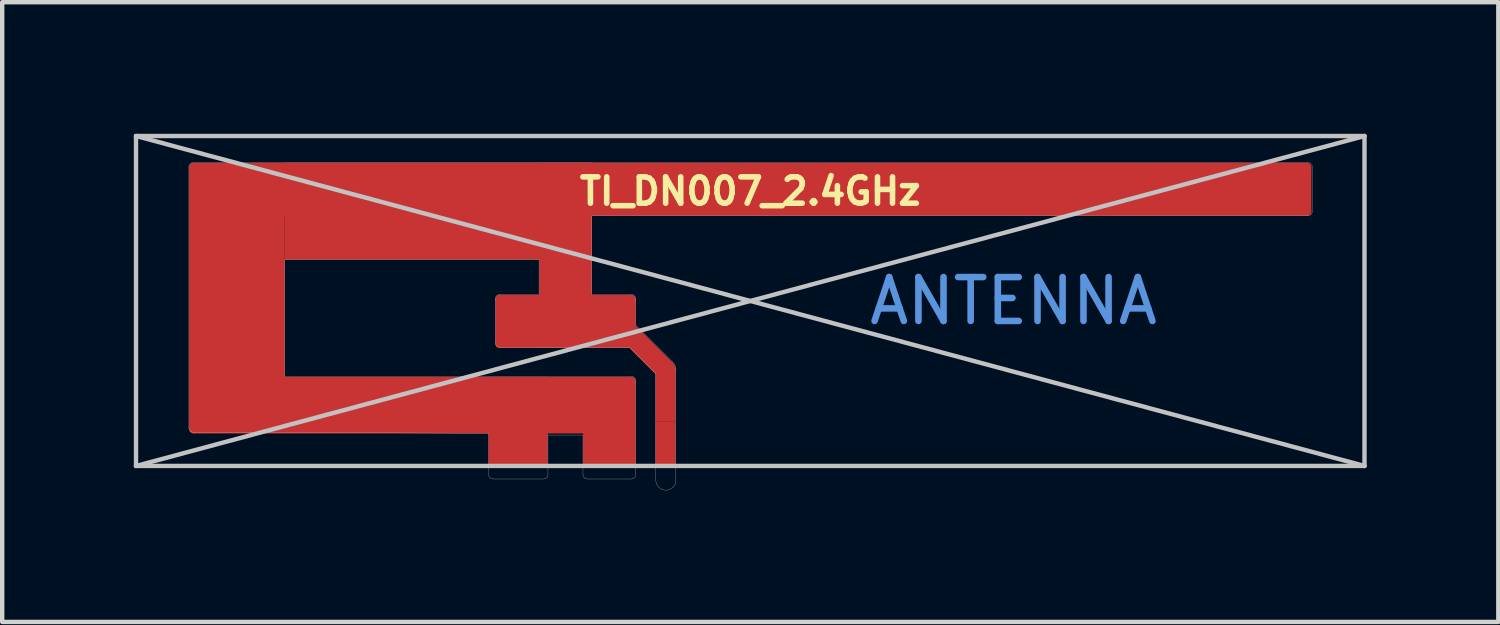
<source format=kicad_pcb>
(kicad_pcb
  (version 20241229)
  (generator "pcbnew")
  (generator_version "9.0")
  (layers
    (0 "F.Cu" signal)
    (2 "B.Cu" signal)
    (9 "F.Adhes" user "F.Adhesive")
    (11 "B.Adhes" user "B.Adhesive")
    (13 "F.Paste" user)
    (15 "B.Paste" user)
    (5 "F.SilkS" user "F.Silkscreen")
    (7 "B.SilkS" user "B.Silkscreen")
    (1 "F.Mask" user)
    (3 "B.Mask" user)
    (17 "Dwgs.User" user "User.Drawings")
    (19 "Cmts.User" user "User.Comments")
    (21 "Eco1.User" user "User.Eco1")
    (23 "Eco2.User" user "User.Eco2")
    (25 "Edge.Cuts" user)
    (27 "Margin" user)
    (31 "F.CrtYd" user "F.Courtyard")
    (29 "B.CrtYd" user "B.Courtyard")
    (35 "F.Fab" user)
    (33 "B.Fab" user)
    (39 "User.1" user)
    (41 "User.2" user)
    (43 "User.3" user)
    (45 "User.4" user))
  (footprint "TI_DN007_2.4GHz"
    (layer "F.Cu")
    (at 14.05 3.81)
    (property "Reference" "TI_DN007_2.4GHz" (at 0 -2.5 0) (layer "F.SilkS") (effects (font (size 0.6 0.6) (thickness 0.127))))
    (attr exclude_from_pos_files exclude_from_bom)
    (fp_rect (start -2.16 1.54) (end -1.7 2.74) (stroke (width 0) (type solid)) (fill yes) (layer "F.Cu"))
    (fp_line (start -14 -3.76) (end -14 3.76) (stroke (width 0.1) (type solid)) (layer "Dwgs.User"))
    (fp_line (start -14 -3.76) (end 14 3.76) (stroke (width 0.1) (type solid)) (layer "Dwgs.User"))
    (fp_line (start -14 3.76) (end 14 3.76) (stroke (width 0.1) (type solid)) (layer "Dwgs.User"))
    (fp_line (start -12.795 -3.055) (end -12.793 -3.075) (stroke (width 0.006) (type solid)) (layer "Dwgs.User"))
    (fp_line (start -12.795 2.888) (end -12.794 2.883) (stroke (width 0.006) (type solid)) (layer "Dwgs.User"))
    (fp_line (start -12.794 -3.05) (end -12.795 -3.055) (stroke (width 0.006) (type solid)) (layer "Dwgs.User"))
    (fp_line (start -12.794 2.883) (end -12.794 -3.05) (stroke (width 0.006) (type solid)) (layer "Dwgs.User"))
    (fp_line (start -12.793 -3.075) (end -12.787 -3.094) (stroke (width 0.006) (type solid)) (layer "Dwgs.User"))
    (fp_line (start -12.793 2.908) (end -12.795 2.888) (stroke (width 0.006) (type solid)) (layer "Dwgs.User"))
    (fp_line (start -12.787 -3.094) (end -12.778 -3.112) (stroke (width 0.006) (type solid)) (layer "Dwgs.User"))
    (fp_line (start -12.787 2.928) (end -12.793 2.908) (stroke (width 0.006) (type solid)) (layer "Dwgs.User"))
    (fp_line (start -12.778 -3.112) (end -12.765 -3.127) (stroke (width 0.006) (type solid)) (layer "Dwgs.User"))
    (fp_line (start -12.778 2.945) (end -12.787 2.928) (stroke (width 0.006) (type solid)) (layer "Dwgs.User"))
    (fp_line (start -12.765 2.96) (end -12.778 2.945) (stroke (width 0.006) (type solid)) (layer "Dwgs.User"))
    (fp_line (start -12.765 -3.127) (end -12.749 -3.14) (stroke (width 0.006) (type solid)) (layer "Dwgs.User"))
    (fp_line (start -12.765 2.961) (end -12.765 2.96) (stroke (width 0.006) (type solid)) (layer "Dwgs.User"))
    (fp_line (start -12.749 -3.14) (end -12.732 -3.149) (stroke (width 0.006) (type solid)) (layer "Dwgs.User"))
    (fp_line (start -12.749 2.973) (end -12.765 2.961) (stroke (width 0.006) (type solid)) (layer "Dwgs.User"))
    (fp_line (start -12.732 -3.149) (end -12.713 -3.155) (stroke (width 0.006) (type solid)) (layer "Dwgs.User"))
    (fp_line (start -12.732 2.983) (end -12.749 2.973) (stroke (width 0.006) (type solid)) (layer "Dwgs.User"))
    (fp_line (start -12.713 -3.155) (end -12.698 -3.157) (stroke (width 0.006) (type solid)) (layer "Dwgs.User"))
    (fp_line (start -12.713 2.988) (end -12.732 2.983) (stroke (width 0.006) (type solid)) (layer "Dwgs.User"))
    (fp_line (start -12.698 -3.157) (end -12.693 -3.157) (stroke (width 0.006) (type solid)) (layer "Dwgs.User"))
    (fp_line (start -12.693 -3.157) (end -12.688 -3.157) (stroke (width 0.006) (type solid)) (layer "Dwgs.User"))
    (fp_line (start -12.693 2.991) (end -12.713 2.988) (stroke (width 0.006) (type solid)) (layer "Dwgs.User"))
    (fp_line (start -12.688 -3.157) (end 12.702 -3.157) (stroke (width 0.006) (type solid)) (layer "Dwgs.User"))
    (fp_line (start -12.688 2.99) (end -12.693 2.991) (stroke (width 0.006) (type solid)) (layer "Dwgs.User"))
    (fp_line (start -12.16 2.99) (end -12.688 2.99) (stroke (width 0.006) (type solid)) (layer "Dwgs.User"))
    (fp_line (start -10.61 -0.944) (end -10.61 1.72) (stroke (width 0.006) (type solid)) (layer "Dwgs.User"))
    (fp_line (start -10.61 1.72) (end -2.716 1.72) (stroke (width 0.006) (type solid)) (layer "Dwgs.User"))
    (fp_line (start -5.962 3.955) (end -5.962 3.95) (stroke (width 0.006) (type solid)) (layer "Dwgs.User"))
    (fp_line (start -5.962 3.015) (end -12.16 2.99) (stroke (width 0.006) (type solid)) (layer "Dwgs.User"))
    (fp_line (start -5.962 3.95) (end -5.962 3.015) (stroke (width 0.006) (type solid)) (layer "Dwgs.User"))
    (fp_line (start -5.96 3.975) (end -5.962 3.955) (stroke (width 0.006) (type solid)) (layer "Dwgs.User"))
    (fp_line (start -5.954 3.994) (end -5.96 3.975) (stroke (width 0.006) (type solid)) (layer "Dwgs.User"))
    (fp_line (start -5.945 4.012) (end -5.954 3.994) (stroke (width 0.006) (type solid)) (layer "Dwgs.User"))
    (fp_line (start -5.932 4.027) (end -5.945 4.012) (stroke (width 0.006) (type solid)) (layer "Dwgs.User"))
    (fp_line (start -5.917 4.04) (end -5.932 4.027) (stroke (width 0.006) (type solid)) (layer "Dwgs.User"))
    (fp_line (start -5.899 4.049) (end -5.917 4.04) (stroke (width 0.006) (type solid)) (layer "Dwgs.User"))
    (fp_line (start -5.88 4.055) (end -5.899 4.049) (stroke (width 0.006) (type solid)) (layer "Dwgs.User"))
    (fp_line (start -5.86 4.057) (end -5.88 4.055) (stroke (width 0.006) (type solid)) (layer "Dwgs.User"))
    (fp_line (start -5.855 4.057) (end -5.86 4.057) (stroke (width 0.006) (type solid)) (layer "Dwgs.User"))
    (fp_line (start -5.812 -0.045) (end -5.81 -0.065) (stroke (width 0.006) (type solid)) (layer "Dwgs.User"))
    (fp_line (start -5.812 0.955) (end -5.812 0.95) (stroke (width 0.006) (type solid)) (layer "Dwgs.User"))
    (fp_line (start -5.812 -0.04) (end -5.812 -0.045) (stroke (width 0.006) (type solid)) (layer "Dwgs.User"))
    (fp_line (start -5.812 0.95) (end -5.812 -0.04) (stroke (width 0.006) (type solid)) (layer "Dwgs.User"))
    (fp_line (start -5.81 -0.065) (end -5.805 -0.084) (stroke (width 0.006) (type solid)) (layer "Dwgs.User"))
    (fp_line (start -5.81 0.975) (end -5.812 0.955) (stroke (width 0.006) (type solid)) (layer "Dwgs.User"))
    (fp_line (start -5.805 -0.084) (end -5.795 -0.102) (stroke (width 0.006) (type solid)) (layer "Dwgs.User"))
    (fp_line (start -5.805 0.995) (end -5.81 0.975) (stroke (width 0.006) (type solid)) (layer "Dwgs.User"))
    (fp_line (start -5.795 -0.102) (end -5.782 -0.117) (stroke (width 0.006) (type solid)) (layer "Dwgs.User"))
    (fp_line (start -5.795 1.012) (end -5.805 0.995) (stroke (width 0.006) (type solid)) (layer "Dwgs.User"))
    (fp_line (start -5.782 -0.117) (end -5.767 -0.13) (stroke (width 0.006) (type solid)) (layer "Dwgs.User"))
    (fp_line (start -5.782 1.028) (end -5.795 1.012) (stroke (width 0.006) (type solid)) (layer "Dwgs.User"))
    (fp_line (start -5.767 -0.13) (end -5.749 -0.14) (stroke (width 0.006) (type solid)) (layer "Dwgs.User"))
    (fp_line (start -5.767 1.04) (end -5.782 1.028) (stroke (width 0.006) (type solid)) (layer "Dwgs.User"))
    (fp_line (start -5.749 -0.14) (end -5.73 -0.145) (stroke (width 0.006) (type solid)) (layer "Dwgs.User"))
    (fp_line (start -5.749 1.05) (end -5.767 1.04) (stroke (width 0.006) (type solid)) (layer "Dwgs.User"))
    (fp_line (start -5.73 -0.145) (end -5.715 -0.147) (stroke (width 0.006) (type solid)) (layer "Dwgs.User"))
    (fp_line (start -5.73 1.056) (end -5.749 1.05) (stroke (width 0.006) (type solid)) (layer "Dwgs.User"))
    (fp_line (start -5.715 -0.147) (end -5.71 -0.147) (stroke (width 0.006) (type solid)) (layer "Dwgs.User"))
    (fp_line (start -5.71 -0.147) (end -5.705 -0.147) (stroke (width 0.006) (type solid)) (layer "Dwgs.User"))
    (fp_line (start -5.71 1.058) (end -5.73 1.056) (stroke (width 0.006) (type solid)) (layer "Dwgs.User"))
    (fp_line (start -5.705 -0.147) (end -4.814 -0.147) (stroke (width 0.006) (type solid)) (layer "Dwgs.User"))
    (fp_line (start -5.705 1.057) (end -5.71 1.058) (stroke (width 0.006) (type solid)) (layer "Dwgs.User"))
    (fp_line (start -4.814 -0.944) (end -10.61 -0.944) (stroke (width 0.006) (type solid)) (layer "Dwgs.User"))
    (fp_line (start -4.814 -0.147) (end -4.814 -0.944) (stroke (width 0.006) (type solid)) (layer "Dwgs.User"))
    (fp_line (start -4.717 4.057) (end -5.855 4.057) (stroke (width 0.006) (type solid)) (layer "Dwgs.User"))
    (fp_line (start -4.712 4.057) (end -4.717 4.057) (stroke (width 0.006) (type solid)) (layer "Dwgs.User"))
    (fp_line (start -4.707 4.057) (end -4.712 4.057) (stroke (width 0.006) (type solid)) (layer "Dwgs.User"))
    (fp_line (start -4.692 4.055) (end -4.707 4.057) (stroke (width 0.006) (type solid)) (layer "Dwgs.User"))
    (fp_line (start -4.673 4.049) (end -4.692 4.055) (stroke (width 0.006) (type solid)) (layer "Dwgs.User"))
    (fp_line (start -4.655 4.04) (end -4.673 4.049) (stroke (width 0.006) (type solid)) (layer "Dwgs.User"))
    (fp_line (start -4.64 4.027) (end -4.655 4.04) (stroke (width 0.006) (type solid)) (layer "Dwgs.User"))
    (fp_line (start -4.627 4.012) (end -4.64 4.027) (stroke (width 0.006) (type solid)) (layer "Dwgs.User"))
    (fp_line (start -4.618 3.994) (end -4.627 4.012) (stroke (width 0.006) (type solid)) (layer "Dwgs.User"))
    (fp_line (start -4.612 3.975) (end -4.618 3.994) (stroke (width 0.006) (type solid)) (layer "Dwgs.User"))
    (fp_line (start -4.611 3.056) (end -4.611 3.95) (stroke (width 0.006) (type solid)) (layer "Dwgs.User"))
    (fp_line (start -4.611 3.95) (end -4.61 3.955) (stroke (width 0.006) (type solid)) (layer "Dwgs.User"))
    (fp_line (start -4.61 3.955) (end -4.612 3.975) (stroke (width 0.006) (type solid)) (layer "Dwgs.User"))
    (fp_line (start -3.813 3.955) (end -3.813 3.95) (stroke (width 0.006) (type solid)) (layer "Dwgs.User"))
    (fp_line (start -3.813 3.056) (end -4.611 3.056) (stroke (width 0.006) (type solid)) (layer "Dwgs.User"))
    (fp_line (start -3.813 3.95) (end -3.813 3.056) (stroke (width 0.006) (type solid)) (layer "Dwgs.User"))
    (fp_line (start -3.811 3.975) (end -3.813 3.955) (stroke (width 0.006) (type solid)) (layer "Dwgs.User"))
    (fp_line (start -3.806 3.994) (end -3.811 3.975) (stroke (width 0.006) (type solid)) (layer "Dwgs.User"))
    (fp_line (start -3.796 4.012) (end -3.806 3.994) (stroke (width 0.006) (type solid)) (layer "Dwgs.User"))
    (fp_line (start -3.783 4.027) (end -3.796 4.012) (stroke (width 0.006) (type solid)) (layer "Dwgs.User"))
    (fp_line (start -3.768 4.04) (end -3.783 4.027) (stroke (width 0.006) (type solid)) (layer "Dwgs.User"))
    (fp_line (start -3.75 4.049) (end -3.768 4.04) (stroke (width 0.006) (type solid)) (layer "Dwgs.User"))
    (fp_line (start -3.731 4.055) (end -3.75 4.049) (stroke (width 0.006) (type solid)) (layer "Dwgs.User"))
    (fp_line (start -3.711 4.057) (end -3.731 4.055) (stroke (width 0.006) (type solid)) (layer "Dwgs.User"))
    (fp_line (start -3.706 4.057) (end -3.711 4.057) (stroke (width 0.006) (type solid)) (layer "Dwgs.User"))
    (fp_line (start -3.61 -1.943) (end -3.61 -0.147) (stroke (width 0.006) (type solid)) (layer "Dwgs.User"))
    (fp_line (start -3.61 -0.147) (end -2.716 -0.147) (stroke (width 0.006) (type solid)) (layer "Dwgs.User"))
    (fp_line (start -2.749 1.057) (end -5.705 1.057) (stroke (width 0.006) (type solid)) (layer "Dwgs.User"))
    (fp_line (start -2.716 -0.147) (end -2.711 -0.147) (stroke (width 0.006) (type solid)) (layer "Dwgs.User"))
    (fp_line (start -2.716 1.72) (end -2.711 1.719) (stroke (width 0.006) (type solid)) (layer "Dwgs.User"))
    (fp_line (start -2.716 4.057) (end -3.706 4.057) (stroke (width 0.006) (type solid)) (layer "Dwgs.User"))
    (fp_line (start -2.711 -0.147) (end -2.706 -0.147) (stroke (width 0.006) (type solid)) (layer "Dwgs.User"))
    (fp_line (start -2.711 1.719) (end -2.706 1.72) (stroke (width 0.006) (type solid)) (layer "Dwgs.User"))
    (fp_line (start -2.711 4.057) (end -2.716 4.057) (stroke (width 0.006) (type solid)) (layer "Dwgs.User"))
    (fp_line (start -2.706 -0.147) (end -2.691 -0.145) (stroke (width 0.006) (type solid)) (layer "Dwgs.User"))
    (fp_line (start -2.706 1.72) (end -2.691 1.722) (stroke (width 0.006) (type solid)) (layer "Dwgs.User"))
    (fp_line (start -2.706 4.057) (end -2.711 4.057) (stroke (width 0.006) (type solid)) (layer "Dwgs.User"))
    (fp_line (start -2.691 -0.145) (end -2.671 -0.14) (stroke (width 0.006) (type solid)) (layer "Dwgs.User"))
    (fp_line (start -2.691 1.722) (end -2.671 1.727) (stroke (width 0.006) (type solid)) (layer "Dwgs.User"))
    (fp_line (start -2.691 4.055) (end -2.706 4.057) (stroke (width 0.006) (type solid)) (layer "Dwgs.User"))
    (fp_line (start -2.671 -0.14) (end -2.654 -0.13) (stroke (width 0.006) (type solid)) (layer "Dwgs.User"))
    (fp_line (start -2.671 1.727) (end -2.654 1.737) (stroke (width 0.006) (type solid)) (layer "Dwgs.User"))
    (fp_line (start -2.671 4.049) (end -2.691 4.055) (stroke (width 0.006) (type solid)) (layer "Dwgs.User"))
    (fp_line (start -2.654 -0.13) (end -2.638 -0.117) (stroke (width 0.006) (type solid)) (layer "Dwgs.User"))
    (fp_line (start -2.654 1.737) (end -2.638 1.749) (stroke (width 0.006) (type solid)) (layer "Dwgs.User"))
    (fp_line (start -2.654 4.04) (end -2.671 4.049) (stroke (width 0.006) (type solid)) (layer "Dwgs.User"))
    (fp_line (start -2.638 -0.117) (end -2.626 -0.102) (stroke (width 0.006) (type solid)) (layer "Dwgs.User"))
    (fp_line (start -2.638 1.749) (end -2.626 1.765) (stroke (width 0.006) (type solid)) (layer "Dwgs.User"))
    (fp_line (start -2.638 4.027) (end -2.654 4.04) (stroke (width 0.006) (type solid)) (layer "Dwgs.User"))
    (fp_line (start -2.626 -0.102) (end -2.616 -0.084) (stroke (width 0.006) (type solid)) (layer "Dwgs.User"))
    (fp_line (start -2.626 1.765) (end -2.616 1.782) (stroke (width 0.006) (type solid)) (layer "Dwgs.User"))
    (fp_line (start -2.626 4.012) (end -2.638 4.027) (stroke (width 0.006) (type solid)) (layer "Dwgs.User"))
    (fp_line (start -2.616 -0.084) (end -2.611 -0.065) (stroke (width 0.006) (type solid)) (layer "Dwgs.User"))
    (fp_line (start -2.616 1.782) (end -2.611 1.802) (stroke (width 0.006) (type solid)) (layer "Dwgs.User"))
    (fp_line (start -2.616 3.994) (end -2.626 4.012) (stroke (width 0.006) (type solid)) (layer "Dwgs.User"))
    (fp_line (start -2.611 -0.065) (end -2.608 -0.045) (stroke (width 0.006) (type solid)) (layer "Dwgs.User"))
    (fp_line (start -2.611 1.802) (end -2.608 1.822) (stroke (width 0.006) (type solid)) (layer "Dwgs.User"))
    (fp_line (start -2.611 3.975) (end -2.616 3.994) (stroke (width 0.006) (type solid)) (layer "Dwgs.User"))
    (fp_line (start -2.609 -0.04) (end -2.609 0.551) (stroke (width 0.006) (type solid)) (layer "Dwgs.User"))
    (fp_line (start -2.609 0.551) (end -1.77 1.39) (stroke (width 0.006) (type solid)) (layer "Dwgs.User"))
    (fp_line (start -2.609 1.827) (end -2.609 3.95) (stroke (width 0.006) (type solid)) (layer "Dwgs.User"))
    (fp_line (start -2.609 3.95) (end -2.608 3.955) (stroke (width 0.006) (type solid)) (layer "Dwgs.User"))
    (fp_line (start -2.608 -0.045) (end -2.609 -0.04) (stroke (width 0.006) (type solid)) (layer "Dwgs.User"))
    (fp_line (start -2.608 1.822) (end -2.609 1.827) (stroke (width 0.006) (type solid)) (layer "Dwgs.User"))
    (fp_line (start -2.608 3.955) (end -2.611 3.975) (stroke (width 0.006) (type solid)) (layer "Dwgs.User"))
    (fp_line (start -2.152 1.655) (end -2.749 1.057) (stroke (width 0.006) (type solid)) (layer "Dwgs.User"))
    (fp_line (start -2.152 4.093) (end -2.152 1.655) (stroke (width 0.006) (type solid)) (layer "Dwgs.User"))
    (fp_line (start -2.148 4.127) (end -2.152 4.093) (stroke (width 0.006) (type solid)) (layer "Dwgs.User"))
    (fp_line (start -2.136 4.17) (end -2.148 4.127) (stroke (width 0.006) (type solid)) (layer "Dwgs.User"))
    (fp_line (start -2.114 4.21) (end -2.136 4.17) (stroke (width 0.006) (type solid)) (layer "Dwgs.User"))
    (fp_line (start -2.086 4.245) (end -2.114 4.21) (stroke (width 0.006) (type solid)) (layer "Dwgs.User"))
    (fp_line (start -2.051 4.273) (end -2.086 4.245) (stroke (width 0.006) (type solid)) (layer "Dwgs.User"))
    (fp_line (start -2.011 4.295) (end -2.051 4.273) (stroke (width 0.006) (type solid)) (layer "Dwgs.User"))
    (fp_line (start -1.968 4.307) (end -2.011 4.295) (stroke (width 0.006) (type solid)) (layer "Dwgs.User"))
    (fp_line (start -1.923 4.312) (end -1.968 4.307) (stroke (width 0.006) (type solid)) (layer "Dwgs.User"))
    (fp_line (start -1.878 4.307) (end -1.923 4.312) (stroke (width 0.006) (type solid)) (layer "Dwgs.User"))
    (fp_line (start -1.835 4.295) (end -1.878 4.307) (stroke (width 0.006) (type solid)) (layer "Dwgs.User"))
    (fp_line (start -1.796 4.273) (end -1.835 4.295) (stroke (width 0.006) (type solid)) (layer "Dwgs.User"))
    (fp_line (start -1.77 1.39) (end -1.761 1.398) (stroke (width 0.006) (type solid)) (layer "Dwgs.User"))
    (fp_line (start -1.761 1.398) (end -1.732 1.432) (stroke (width 0.006) (type solid)) (layer "Dwgs.User"))
    (fp_line (start -1.761 4.245) (end -1.796 4.273) (stroke (width 0.006) (type solid)) (layer "Dwgs.User"))
    (fp_line (start -1.732 1.432) (end -1.711 1.472) (stroke (width 0.006) (type solid)) (layer "Dwgs.User"))
    (fp_line (start -1.732 4.21) (end -1.761 4.245) (stroke (width 0.006) (type solid)) (layer "Dwgs.User"))
    (fp_line (start -1.711 1.472) (end -1.701 1.505) (stroke (width 0.006) (type solid)) (layer "Dwgs.User"))
    (fp_line (start -1.711 4.17) (end -1.732 4.21) (stroke (width 0.006) (type solid)) (layer "Dwgs.User"))
    (fp_line (start -1.701 1.505) (end -1.698 1.515) (stroke (width 0.006) (type solid)) (layer "Dwgs.User"))
    (fp_line (start -1.698 1.515) (end -1.694 1.56) (stroke (width 0.006) (type solid)) (layer "Dwgs.User"))
    (fp_line (start -1.698 4.127) (end -1.711 4.17) (stroke (width 0.006) (type solid)) (layer "Dwgs.User"))
    (fp_line (start -1.695 1.571) (end -1.695 4.093) (stroke (width 0.006) (type solid)) (layer "Dwgs.User"))
    (fp_line (start -1.695 4.093) (end -1.698 4.127) (stroke (width 0.006) (type solid)) (layer "Dwgs.User"))
    (fp_line (start -1.694 1.56) (end -1.695 1.571) (stroke (width 0.006) (type solid)) (layer "Dwgs.User"))
    (fp_line (start 12.702 -3.157) (end 12.707 -3.157) (stroke (width 0.006) (type solid)) (layer "Dwgs.User"))
    (fp_line (start 12.702 -1.943) (end -3.61 -1.943) (stroke (width 0.006) (type solid)) (layer "Dwgs.User"))
    (fp_line (start 12.707 -3.157) (end 12.712 -3.157) (stroke (width 0.006) (type solid)) (layer "Dwgs.User"))
    (fp_line (start 12.707 -1.942) (end 12.702 -1.943) (stroke (width 0.006) (type solid)) (layer "Dwgs.User"))
    (fp_line (start 12.712 -3.157) (end 12.727 -3.155) (stroke (width 0.006) (type solid)) (layer "Dwgs.User"))
    (fp_line (start 12.712 -1.943) (end 12.707 -1.942) (stroke (width 0.006) (type solid)) (layer "Dwgs.User"))
    (fp_line (start 12.727 -3.155) (end 12.746 -3.149) (stroke (width 0.006) (type solid)) (layer "Dwgs.User"))
    (fp_line (start 12.727 -1.944) (end 12.712 -1.943) (stroke (width 0.006) (type solid)) (layer "Dwgs.User"))
    (fp_line (start 12.746 -3.149) (end 12.764 -3.14) (stroke (width 0.006) (type solid)) (layer "Dwgs.User"))
    (fp_line (start 12.746 -1.95) (end 12.727 -1.944) (stroke (width 0.006) (type solid)) (layer "Dwgs.User"))
    (fp_line (start 12.764 -3.14) (end 12.779 -3.127) (stroke (width 0.006) (type solid)) (layer "Dwgs.User"))
    (fp_line (start 12.764 -1.959) (end 12.746 -1.95) (stroke (width 0.006) (type solid)) (layer "Dwgs.User"))
    (fp_line (start 12.779 -3.127) (end 12.792 -3.112) (stroke (width 0.006) (type solid)) (layer "Dwgs.User"))
    (fp_line (start 12.779 -1.972) (end 12.764 -1.959) (stroke (width 0.006) (type solid)) (layer "Dwgs.User"))
    (fp_line (start 12.792 -3.112) (end 12.801 -3.094) (stroke (width 0.006) (type solid)) (layer "Dwgs.User"))
    (fp_line (start 12.792 -1.988) (end 12.779 -1.972) (stroke (width 0.006) (type solid)) (layer "Dwgs.User"))
    (fp_line (start 12.801 -3.094) (end 12.807 -3.075) (stroke (width 0.006) (type solid)) (layer "Dwgs.User"))
    (fp_line (start 12.801 -2.005) (end 12.792 -1.988) (stroke (width 0.006) (type solid)) (layer "Dwgs.User"))
    (fp_line (start 12.807 -3.075) (end 12.809 -3.055) (stroke (width 0.006) (type solid)) (layer "Dwgs.User"))
    (fp_line (start 12.807 -2.024) (end 12.801 -2.005) (stroke (width 0.006) (type solid)) (layer "Dwgs.User"))
    (fp_line (start 12.809 -3.05) (end 12.809 -2.049) (stroke (width 0.006) (type solid)) (layer "Dwgs.User"))
    (fp_line (start 12.809 -2.049) (end 12.809 -2.044) (stroke (width 0.006) (type solid)) (layer "Dwgs.User"))
    (fp_line (start 12.809 -3.055) (end 12.809 -3.05) (stroke (width 0.006) (type solid)) (layer "Dwgs.User"))
    (fp_line (start 12.809 -2.044) (end 12.807 -2.024) (stroke (width 0.006) (type solid)) (layer "Dwgs.User"))
    (fp_line (start 14 -3.76) (end -14 -3.76) (stroke (width 0.1) (type solid)) (layer "Dwgs.User"))
    (fp_line (start 14 -3.76) (end -14 3.76) (stroke (width 0.1) (type solid)) (layer "Dwgs.User"))
    (fp_line (start 14 -3.76) (end 14 3.76) (stroke (width 0.1) (type solid)) (layer "Dwgs.User"))
    (fp_text user "ANTENNA" (at 6 0 0) (layer "Cmts.User") (effects (font (size 1 1) (thickness 0.15))))
    (pad "1" connect circle (at -12.69 -3.05 45) (size 0.2 0.2) (layers "F.Cu"))
    (pad "1" connect circle (at -12.69 2.92 45) (size 0.2 0.2) (layers "F.Cu"))
    (pad "1" connect rect (at -11.7 -0.065) (size 2.18 5.97) (layers "F.Cu"))
    (pad "1" connect rect (at -7.7 2.375) (size 9.98 1.29) (layers "F.Cu"))
    (pad "1" connect rect (at -7.11 -2.045) (size 7 2.21) (layers "F.Cu"))
    (pad "1" connect circle (at -5.71 -0.04 45) (size 0.2 0.2) (layers "F.Cu"))
    (pad "1" connect circle (at -5.71 0.97 45) (size 0.2 0.2) (layers "F.Cu"))
    (pad "1" connect rect (at -5.29 2.745) (size 1.35 2.03) (layers "F.Cu"))
    (pad "1" connect rect (at -4.21 -1.04) (size 1.2 4.22) (layers "F.Cu"))
    (pad "1" connect rect (at -4.21 0.465) (size 3 1.21) (layers "F.Cu"))
    (pad "1" connect rect (at -4.21 0.465) (size 3.2 1.01) (layers "F.Cu"))
    (pad "1" connect rect (at -3.21 2.795) (size 1.2 1.93) (layers "F.Cu"))
    (pad "1" connect circle (at -2.71 -0.04 45) (size 0.2 0.2) (layers "F.Cu"))
    (pad "1" connect rect (at -2.71 0.97) (size 0.2 0.2) (layers "F.Cu"))
    (pad "1" connect circle (at -2.71 1.83 45) (size 0.2 0.2) (layers "F.Cu"))
    (pad "1" connect rect (at -2.36 1.14 45) (size 0.46 1.246) (layers "F.Cu"))
    (pad "1" connect circle (at -1.92 1.57 45) (size 0.445 0.445) (layers "F.Cu"))
    (pad "1" connect rect (at 0 -2.545) (size 25.38 1.21) (layers "F.Cu"))
    (pad "1" connect rect (at 12 -2.545) (size 1.58 1.01) (layers "F.Cu"))
    (pad "1" connect circle (at 12.69 -3.05 45) (size 0.2 0.2) (layers "F.Cu"))
    (pad "1" connect circle (at 12.69 -2.04 45) (size 0.2 0.2) (layers "F.Cu"))
    (pad "2" connect rect (at -1.93 3.24) (size 0.46 1) (layers "F.Cu")))
  (gr_rect
    (start -3 -3)
    (end 31.1 11.125)
    (stroke (width 0.1) (type default))
    (fill no)
    (layer "Edge.Cuts")))
</source>
